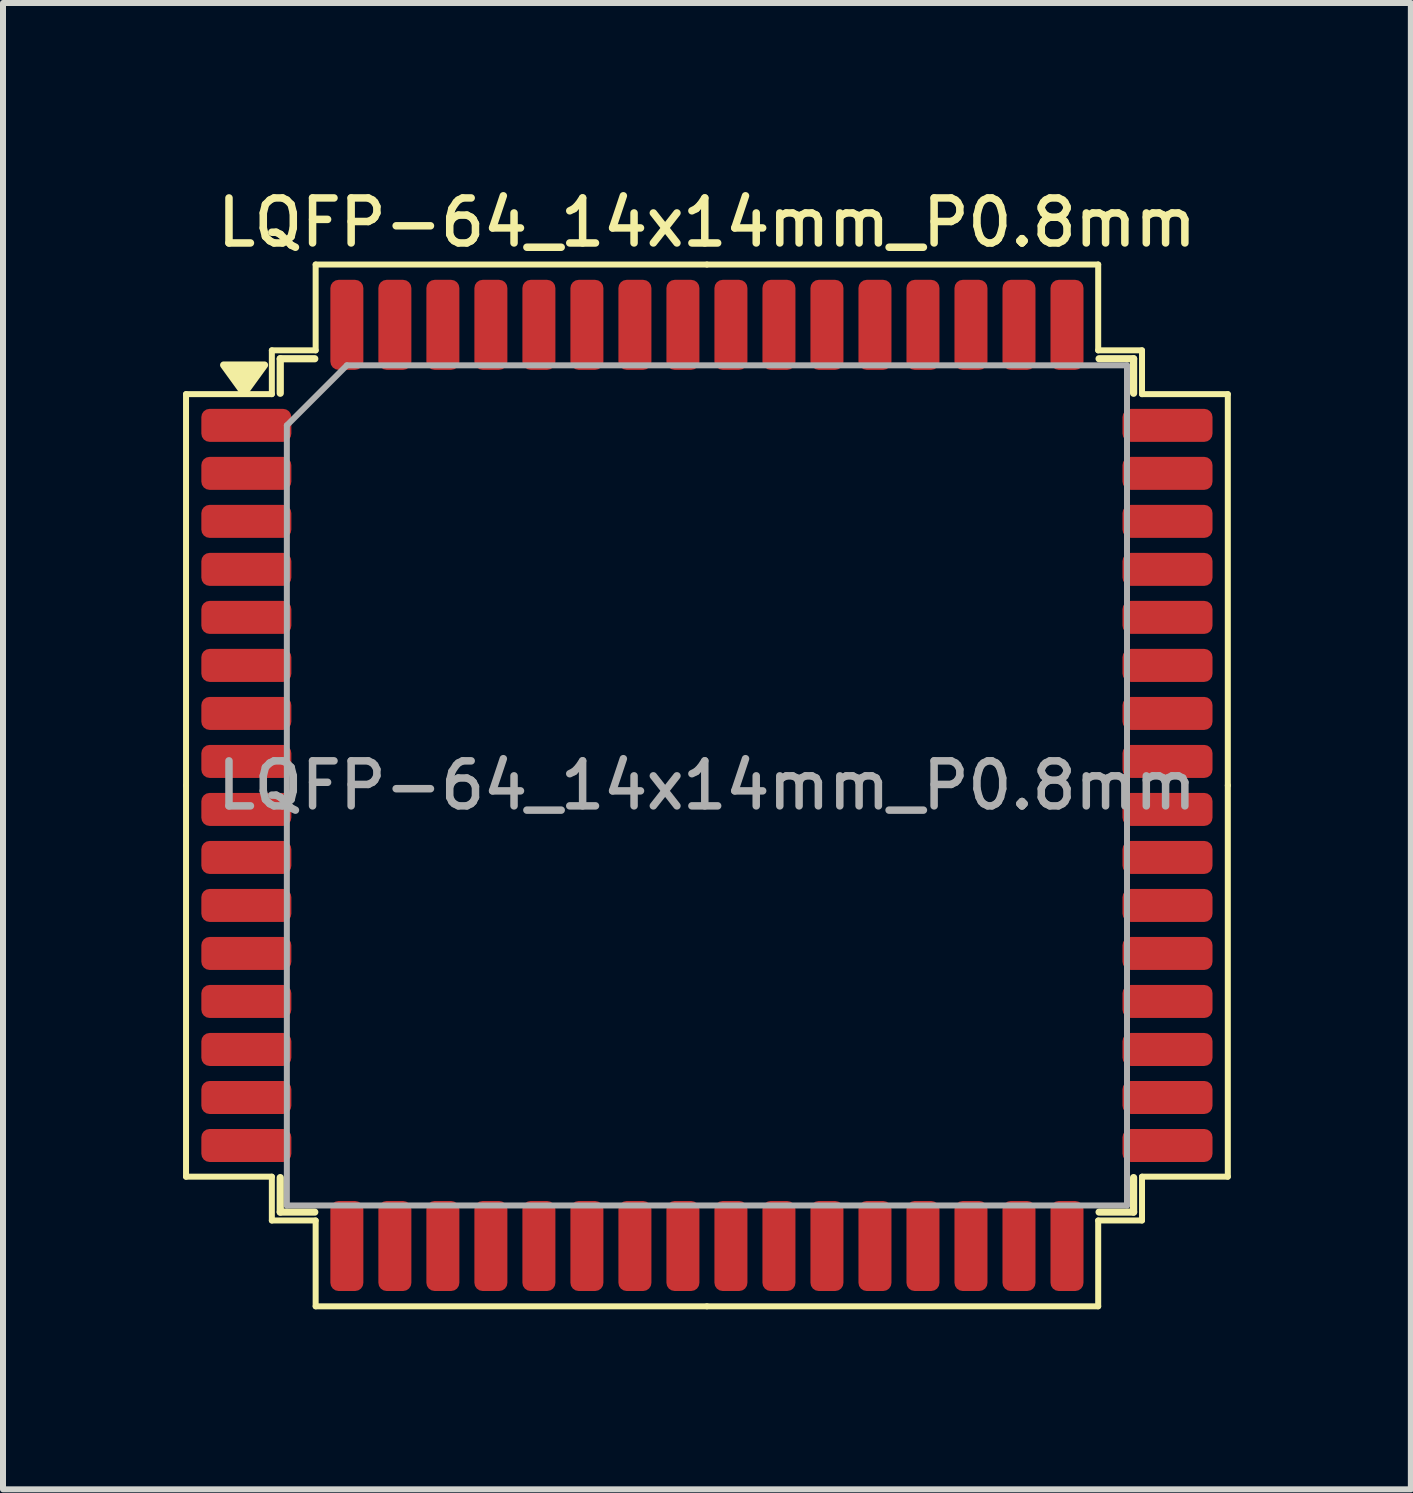
<source format=kicad_pcb>
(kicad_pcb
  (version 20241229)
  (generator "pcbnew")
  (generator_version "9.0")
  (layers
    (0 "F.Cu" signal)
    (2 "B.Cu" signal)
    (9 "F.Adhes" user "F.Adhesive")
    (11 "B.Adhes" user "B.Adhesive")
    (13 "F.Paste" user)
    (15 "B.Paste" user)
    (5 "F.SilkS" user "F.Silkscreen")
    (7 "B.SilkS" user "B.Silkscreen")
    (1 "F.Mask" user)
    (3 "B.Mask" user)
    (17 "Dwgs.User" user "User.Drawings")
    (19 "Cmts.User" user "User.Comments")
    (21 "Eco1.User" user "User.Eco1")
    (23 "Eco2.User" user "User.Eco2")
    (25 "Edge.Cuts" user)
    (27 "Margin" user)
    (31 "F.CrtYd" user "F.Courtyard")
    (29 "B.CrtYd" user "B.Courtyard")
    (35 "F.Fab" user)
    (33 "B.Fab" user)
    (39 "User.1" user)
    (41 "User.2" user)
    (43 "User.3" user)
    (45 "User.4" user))
  (footprint "LQFP-64_14x14mm_P0.8mm"
    (layer "F.Cu")
    (at 8.73 10.038)
    (property "Reference" "LQFP-64_14x14mm_P0.8mm" (at 0 -9.38 0) (layer "F.SilkS") (effects (font (size 0.75 0.75) (thickness 0.125))))
    (attr smd)
    (fp_line (start -8.68 -6.52) (end -8.68 0) (stroke (width 0.1) (type solid)) (layer "F.SilkS"))
    (fp_line (start -8.68 6.52) (end -8.68 0) (stroke (width 0.1) (type solid)) (layer "F.SilkS"))
    (fp_line (start -7.25 -7.25) (end -7.25 -6.52) (stroke (width 0.1) (type solid)) (layer "F.SilkS"))
    (fp_line (start -7.25 -6.52) (end -8.68 -6.52) (stroke (width 0.1) (type solid)) (layer "F.SilkS"))
    (fp_line (start -7.25 6.52) (end -8.68 6.52) (stroke (width 0.1) (type solid)) (layer "F.SilkS"))
    (fp_line (start -7.25 7.25) (end -7.25 6.52) (stroke (width 0.1) (type solid)) (layer "F.SilkS"))
    (fp_line (start -7.11 -7.11) (end -7.11 -6.535) (stroke (width 0.12) (type solid)) (layer "F.SilkS"))
    (fp_line (start -7.11 7.11) (end -7.11 6.535) (stroke (width 0.12) (type solid)) (layer "F.SilkS"))
    (fp_line (start -6.535 -7.11) (end -7.11 -7.11) (stroke (width 0.12) (type solid)) (layer "F.SilkS"))
    (fp_line (start -6.535 7.11) (end -7.11 7.11) (stroke (width 0.12) (type solid)) (layer "F.SilkS"))
    (fp_line (start -6.52 -8.68) (end -6.52 -7.25) (stroke (width 0.1) (type solid)) (layer "F.SilkS"))
    (fp_line (start -6.52 -7.25) (end -7.25 -7.25) (stroke (width 0.1) (type solid)) (layer "F.SilkS"))
    (fp_line (start -6.52 7.25) (end -7.25 7.25) (stroke (width 0.1) (type solid)) (layer "F.SilkS"))
    (fp_line (start -6.52 8.68) (end -6.52 7.25) (stroke (width 0.1) (type solid)) (layer "F.SilkS"))
    (fp_line (start 0 -8.68) (end -6.52 -8.68) (stroke (width 0.1) (type solid)) (layer "F.SilkS"))
    (fp_line (start 0 -8.68) (end 6.52 -8.68) (stroke (width 0.1) (type solid)) (layer "F.SilkS"))
    (fp_line (start 0 8.68) (end -6.52 8.68) (stroke (width 0.1) (type solid)) (layer "F.SilkS"))
    (fp_line (start 0 8.68) (end 6.52 8.68) (stroke (width 0.1) (type solid)) (layer "F.SilkS"))
    (fp_line (start 6.52 -8.68) (end 6.52 -7.25) (stroke (width 0.1) (type solid)) (layer "F.SilkS"))
    (fp_line (start 6.52 -7.25) (end 7.25 -7.25) (stroke (width 0.1) (type solid)) (layer "F.SilkS"))
    (fp_line (start 6.52 7.25) (end 7.25 7.25) (stroke (width 0.1) (type solid)) (layer "F.SilkS"))
    (fp_line (start 6.52 8.68) (end 6.52 7.25) (stroke (width 0.1) (type solid)) (layer "F.SilkS"))
    (fp_line (start 6.535 -7.11) (end 7.11 -7.11) (stroke (width 0.12) (type solid)) (layer "F.SilkS"))
    (fp_line (start 6.535 7.11) (end 7.11 7.11) (stroke (width 0.12) (type solid)) (layer "F.SilkS"))
    (fp_line (start 7.11 -7.11) (end 7.11 -6.535) (stroke (width 0.12) (type solid)) (layer "F.SilkS"))
    (fp_line (start 7.11 7.11) (end 7.11 6.535) (stroke (width 0.12) (type solid)) (layer "F.SilkS"))
    (fp_line (start 7.25 -7.25) (end 7.25 -6.52) (stroke (width 0.1) (type solid)) (layer "F.SilkS"))
    (fp_line (start 7.25 -6.52) (end 8.68 -6.52) (stroke (width 0.1) (type solid)) (layer "F.SilkS"))
    (fp_line (start 7.25 6.52) (end 8.68 6.52) (stroke (width 0.1) (type solid)) (layer "F.SilkS"))
    (fp_line (start 7.25 7.25) (end 7.25 6.52) (stroke (width 0.1) (type solid)) (layer "F.SilkS"))
    (fp_line (start 8.68 -6.52) (end 8.68 0) (stroke (width 0.1) (type solid)) (layer "F.SilkS"))
    (fp_line (start 8.68 6.52) (end 8.68 0) (stroke (width 0.1) (type solid)) (layer "F.SilkS"))
    (fp_poly (pts (xy -7.713 -6.535) (xy -8.053 -7.005) (xy -7.372 -7.005) (xy -7.713 -6.535)) (stroke (width 0.12) (type solid)) (fill yes) (layer "F.SilkS"))
    (fp_line (start -7 -6) (end -6 -7) (stroke (width 0.1) (type solid)) (layer "F.Fab"))
    (fp_line (start -7 7) (end -7 -6) (stroke (width 0.1) (type solid)) (layer "F.Fab"))
    (fp_line (start -6 -7) (end 7 -7) (stroke (width 0.1) (type solid)) (layer "F.Fab"))
    (fp_line (start 7 -7) (end 7 7) (stroke (width 0.1) (type solid)) (layer "F.Fab"))
    (fp_line (start 7 7) (end -7 7) (stroke (width 0.1) (type solid)) (layer "F.Fab"))
    (fp_text user "${REFERENCE}" (at 0 0 0) (layer "F.Fab") (effects (font (size 0.75 0.75) (thickness 0.125))))
    (pad "1" smd roundrect (at -7.675 -6) (size 1.5 0.55) (layers "F.Cu" "F.Mask" "F.Paste") (roundrect_rratio 0.25))
    (pad "2" smd roundrect (at -7.675 -5.2) (size 1.5 0.55) (layers "F.Cu" "F.Mask" "F.Paste") (roundrect_rratio 0.25))
    (pad "3" smd roundrect (at -7.675 -4.4) (size 1.5 0.55) (layers "F.Cu" "F.Mask" "F.Paste") (roundrect_rratio 0.25))
    (pad "4" smd roundrect (at -7.675 -3.6) (size 1.5 0.55) (layers "F.Cu" "F.Mask" "F.Paste") (roundrect_rratio 0.25))
    (pad "5" smd roundrect (at -7.675 -2.8) (size 1.5 0.55) (layers "F.Cu" "F.Mask" "F.Paste") (roundrect_rratio 0.25))
    (pad "6" smd roundrect (at -7.675 -2) (size 1.5 0.55) (layers "F.Cu" "F.Mask" "F.Paste") (roundrect_rratio 0.25))
    (pad "7" smd roundrect (at -7.675 -1.2) (size 1.5 0.55) (layers "F.Cu" "F.Mask" "F.Paste") (roundrect_rratio 0.25))
    (pad "8" smd roundrect (at -7.675 -0.4) (size 1.5 0.55) (layers "F.Cu" "F.Mask" "F.Paste") (roundrect_rratio 0.25))
    (pad "9" smd roundrect (at -7.675 0.4) (size 1.5 0.55) (layers "F.Cu" "F.Mask" "F.Paste") (roundrect_rratio 0.25))
    (pad "10" smd roundrect (at -7.675 1.2) (size 1.5 0.55) (layers "F.Cu" "F.Mask" "F.Paste") (roundrect_rratio 0.25))
    (pad "11" smd roundrect (at -7.675 2) (size 1.5 0.55) (layers "F.Cu" "F.Mask" "F.Paste") (roundrect_rratio 0.25))
    (pad "12" smd roundrect (at -7.675 2.8) (size 1.5 0.55) (layers "F.Cu" "F.Mask" "F.Paste") (roundrect_rratio 0.25))
    (pad "13" smd roundrect (at -7.675 3.6) (size 1.5 0.55) (layers "F.Cu" "F.Mask" "F.Paste") (roundrect_rratio 0.25))
    (pad "14" smd roundrect (at -7.675 4.4) (size 1.5 0.55) (layers "F.Cu" "F.Mask" "F.Paste") (roundrect_rratio 0.25))
    (pad "15" smd roundrect (at -7.675 5.2) (size 1.5 0.55) (layers "F.Cu" "F.Mask" "F.Paste") (roundrect_rratio 0.25))
    (pad "16" smd roundrect (at -7.675 6) (size 1.5 0.55) (layers "F.Cu" "F.Mask" "F.Paste") (roundrect_rratio 0.25))
    (pad "17" smd roundrect (at -6 7.675) (size 0.55 1.5) (layers "F.Cu" "F.Mask" "F.Paste") (roundrect_rratio 0.25))
    (pad "18" smd roundrect (at -5.2 7.675) (size 0.55 1.5) (layers "F.Cu" "F.Mask" "F.Paste") (roundrect_rratio 0.25))
    (pad "19" smd roundrect (at -4.4 7.675) (size 0.55 1.5) (layers "F.Cu" "F.Mask" "F.Paste") (roundrect_rratio 0.25))
    (pad "20" smd roundrect (at -3.6 7.675) (size 0.55 1.5) (layers "F.Cu" "F.Mask" "F.Paste") (roundrect_rratio 0.25))
    (pad "21" smd roundrect (at -2.8 7.675) (size 0.55 1.5) (layers "F.Cu" "F.Mask" "F.Paste") (roundrect_rratio 0.25))
    (pad "22" smd roundrect (at -2 7.675) (size 0.55 1.5) (layers "F.Cu" "F.Mask" "F.Paste") (roundrect_rratio 0.25))
    (pad "23" smd roundrect (at -1.2 7.675) (size 0.55 1.5) (layers "F.Cu" "F.Mask" "F.Paste") (roundrect_rratio 0.25))
    (pad "24" smd roundrect (at -0.4 7.675) (size 0.55 1.5) (layers "F.Cu" "F.Mask" "F.Paste") (roundrect_rratio 0.25))
    (pad "25" smd roundrect (at 0.4 7.675) (size 0.55 1.5) (layers "F.Cu" "F.Mask" "F.Paste") (roundrect_rratio 0.25))
    (pad "26" smd roundrect (at 1.2 7.675) (size 0.55 1.5) (layers "F.Cu" "F.Mask" "F.Paste") (roundrect_rratio 0.25))
    (pad "27" smd roundrect (at 2 7.675) (size 0.55 1.5) (layers "F.Cu" "F.Mask" "F.Paste") (roundrect_rratio 0.25))
    (pad "28" smd roundrect (at 2.8 7.675) (size 0.55 1.5) (layers "F.Cu" "F.Mask" "F.Paste") (roundrect_rratio 0.25))
    (pad "29" smd roundrect (at 3.6 7.675) (size 0.55 1.5) (layers "F.Cu" "F.Mask" "F.Paste") (roundrect_rratio 0.25))
    (pad "30" smd roundrect (at 4.4 7.675) (size 0.55 1.5) (layers "F.Cu" "F.Mask" "F.Paste") (roundrect_rratio 0.25))
    (pad "31" smd roundrect (at 5.2 7.675) (size 0.55 1.5) (layers "F.Cu" "F.Mask" "F.Paste") (roundrect_rratio 0.25))
    (pad "32" smd roundrect (at 6 7.675) (size 0.55 1.5) (layers "F.Cu" "F.Mask" "F.Paste") (roundrect_rratio 0.25))
    (pad "33" smd roundrect (at 7.675 6) (size 1.5 0.55) (layers "F.Cu" "F.Mask" "F.Paste") (roundrect_rratio 0.25))
    (pad "34" smd roundrect (at 7.675 5.2) (size 1.5 0.55) (layers "F.Cu" "F.Mask" "F.Paste") (roundrect_rratio 0.25))
    (pad "35" smd roundrect (at 7.675 4.4) (size 1.5 0.55) (layers "F.Cu" "F.Mask" "F.Paste") (roundrect_rratio 0.25))
    (pad "36" smd roundrect (at 7.675 3.6) (size 1.5 0.55) (layers "F.Cu" "F.Mask" "F.Paste") (roundrect_rratio 0.25))
    (pad "37" smd roundrect (at 7.675 2.8) (size 1.5 0.55) (layers "F.Cu" "F.Mask" "F.Paste") (roundrect_rratio 0.25))
    (pad "38" smd roundrect (at 7.675 2) (size 1.5 0.55) (layers "F.Cu" "F.Mask" "F.Paste") (roundrect_rratio 0.25))
    (pad "39" smd roundrect (at 7.675 1.2) (size 1.5 0.55) (layers "F.Cu" "F.Mask" "F.Paste") (roundrect_rratio 0.25))
    (pad "40" smd roundrect (at 7.675 0.4) (size 1.5 0.55) (layers "F.Cu" "F.Mask" "F.Paste") (roundrect_rratio 0.25))
    (pad "41" smd roundrect (at 7.675 -0.4) (size 1.5 0.55) (layers "F.Cu" "F.Mask" "F.Paste") (roundrect_rratio 0.25))
    (pad "42" smd roundrect (at 7.675 -1.2) (size 1.5 0.55) (layers "F.Cu" "F.Mask" "F.Paste") (roundrect_rratio 0.25))
    (pad "43" smd roundrect (at 7.675 -2) (size 1.5 0.55) (layers "F.Cu" "F.Mask" "F.Paste") (roundrect_rratio 0.25))
    (pad "44" smd roundrect (at 7.675 -2.8) (size 1.5 0.55) (layers "F.Cu" "F.Mask" "F.Paste") (roundrect_rratio 0.25))
    (pad "45" smd roundrect (at 7.675 -3.6) (size 1.5 0.55) (layers "F.Cu" "F.Mask" "F.Paste") (roundrect_rratio 0.25))
    (pad "46" smd roundrect (at 7.675 -4.4) (size 1.5 0.55) (layers "F.Cu" "F.Mask" "F.Paste") (roundrect_rratio 0.25))
    (pad "47" smd roundrect (at 7.675 -5.2) (size 1.5 0.55) (layers "F.Cu" "F.Mask" "F.Paste") (roundrect_rratio 0.25))
    (pad "48" smd roundrect (at 7.675 -6) (size 1.5 0.55) (layers "F.Cu" "F.Mask" "F.Paste") (roundrect_rratio 0.25))
    (pad "49" smd roundrect (at 6 -7.675) (size 0.55 1.5) (layers "F.Cu" "F.Mask" "F.Paste") (roundrect_rratio 0.25))
    (pad "50" smd roundrect (at 5.2 -7.675) (size 0.55 1.5) (layers "F.Cu" "F.Mask" "F.Paste") (roundrect_rratio 0.25))
    (pad "51" smd roundrect (at 4.4 -7.675) (size 0.55 1.5) (layers "F.Cu" "F.Mask" "F.Paste") (roundrect_rratio 0.25))
    (pad "52" smd roundrect (at 3.6 -7.675) (size 0.55 1.5) (layers "F.Cu" "F.Mask" "F.Paste") (roundrect_rratio 0.25))
    (pad "53" smd roundrect (at 2.8 -7.675) (size 0.55 1.5) (layers "F.Cu" "F.Mask" "F.Paste") (roundrect_rratio 0.25))
    (pad "54" smd roundrect (at 2 -7.675) (size 0.55 1.5) (layers "F.Cu" "F.Mask" "F.Paste") (roundrect_rratio 0.25))
    (pad "55" smd roundrect (at 1.2 -7.675) (size 0.55 1.5) (layers "F.Cu" "F.Mask" "F.Paste") (roundrect_rratio 0.25))
    (pad "56" smd roundrect (at 0.4 -7.675) (size 0.55 1.5) (layers "F.Cu" "F.Mask" "F.Paste") (roundrect_rratio 0.25))
    (pad "57" smd roundrect (at -0.4 -7.675) (size 0.55 1.5) (layers "F.Cu" "F.Mask" "F.Paste") (roundrect_rratio 0.25))
    (pad "58" smd roundrect (at -1.2 -7.675) (size 0.55 1.5) (layers "F.Cu" "F.Mask" "F.Paste") (roundrect_rratio 0.25))
    (pad "59" smd roundrect (at -2 -7.675) (size 0.55 1.5) (layers "F.Cu" "F.Mask" "F.Paste") (roundrect_rratio 0.25))
    (pad "60" smd roundrect (at -2.8 -7.675) (size 0.55 1.5) (layers "F.Cu" "F.Mask" "F.Paste") (roundrect_rratio 0.25))
    (pad "61" smd roundrect (at -3.6 -7.675) (size 0.55 1.5) (layers "F.Cu" "F.Mask" "F.Paste") (roundrect_rratio 0.25))
    (pad "62" smd roundrect (at -4.4 -7.675) (size 0.55 1.5) (layers "F.Cu" "F.Mask" "F.Paste") (roundrect_rratio 0.25))
    (pad "63" smd roundrect (at -5.2 -7.675) (size 0.55 1.5) (layers "F.Cu" "F.Mask" "F.Paste") (roundrect_rratio 0.25))
    (pad "64" smd roundrect (at -6 -7.675) (size 0.55 1.5) (layers "F.Cu" "F.Mask" "F.Paste") (roundrect_rratio 0.25)))
  (gr_rect
    (start -3 -3)
    (end 20.46 21.768)
    (stroke (width 0.1) (type default))
    (fill no)
    (layer "Edge.Cuts")))
</source>
